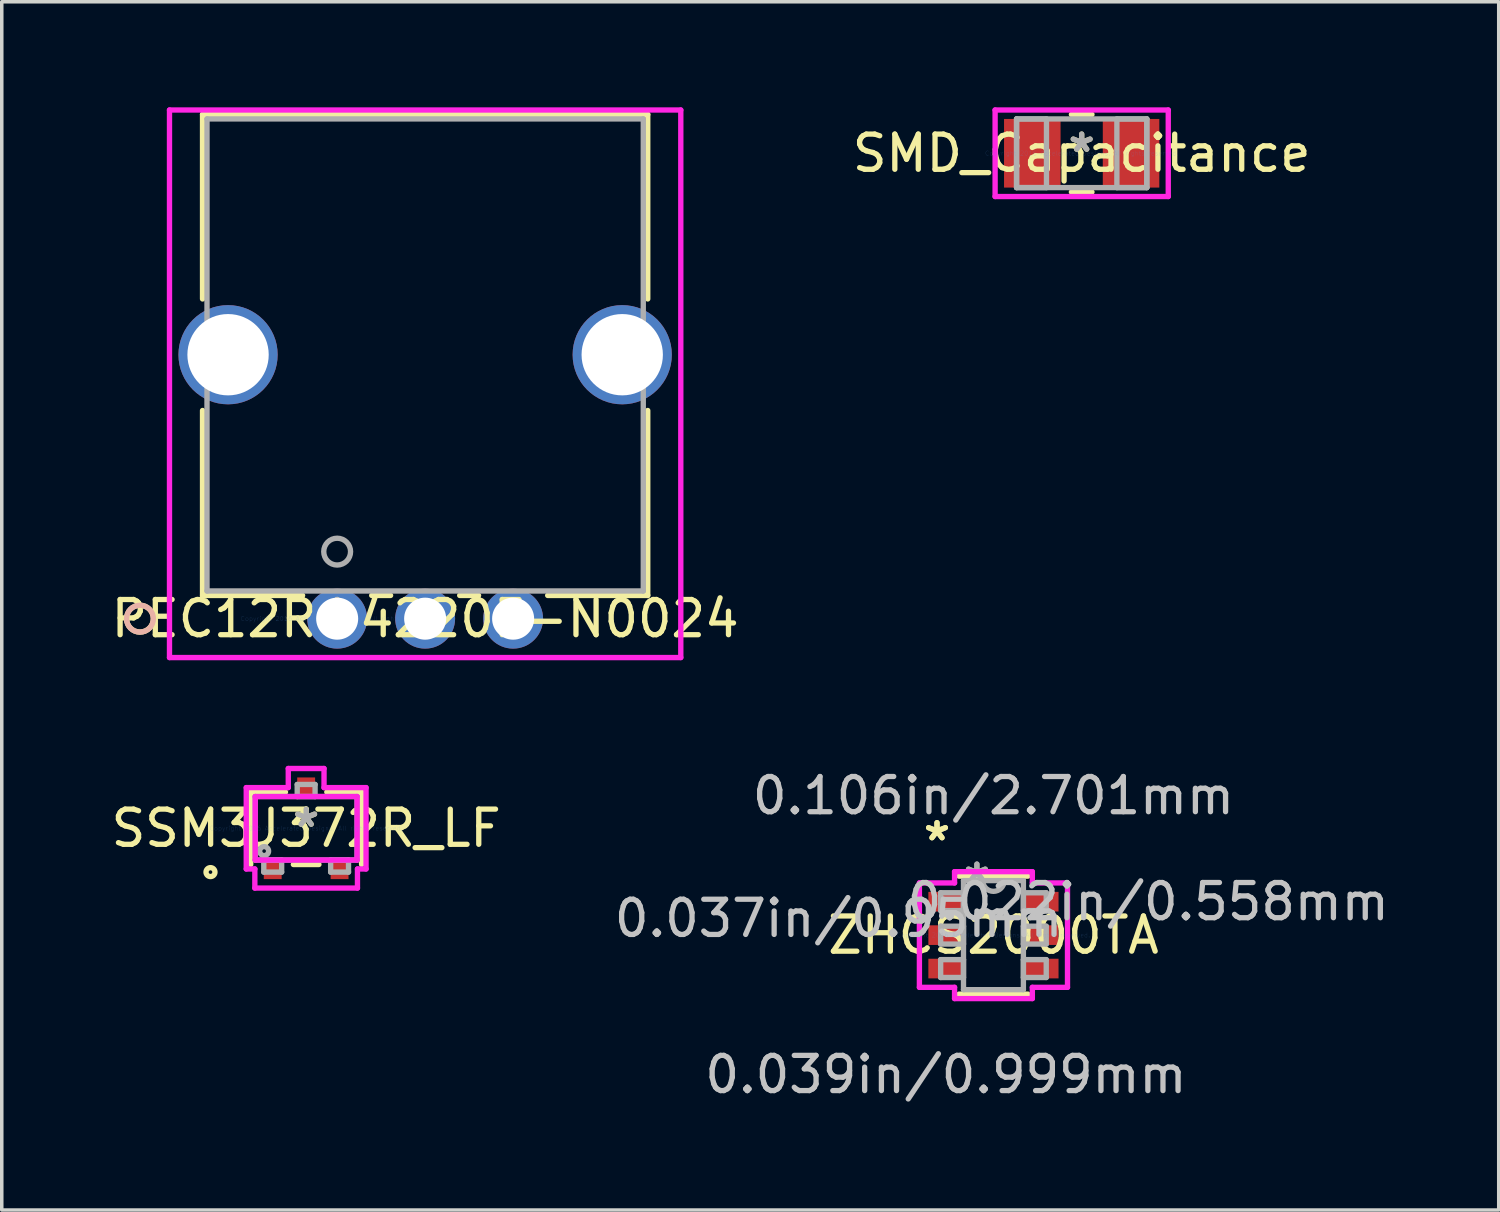
<source format=kicad_pcb>
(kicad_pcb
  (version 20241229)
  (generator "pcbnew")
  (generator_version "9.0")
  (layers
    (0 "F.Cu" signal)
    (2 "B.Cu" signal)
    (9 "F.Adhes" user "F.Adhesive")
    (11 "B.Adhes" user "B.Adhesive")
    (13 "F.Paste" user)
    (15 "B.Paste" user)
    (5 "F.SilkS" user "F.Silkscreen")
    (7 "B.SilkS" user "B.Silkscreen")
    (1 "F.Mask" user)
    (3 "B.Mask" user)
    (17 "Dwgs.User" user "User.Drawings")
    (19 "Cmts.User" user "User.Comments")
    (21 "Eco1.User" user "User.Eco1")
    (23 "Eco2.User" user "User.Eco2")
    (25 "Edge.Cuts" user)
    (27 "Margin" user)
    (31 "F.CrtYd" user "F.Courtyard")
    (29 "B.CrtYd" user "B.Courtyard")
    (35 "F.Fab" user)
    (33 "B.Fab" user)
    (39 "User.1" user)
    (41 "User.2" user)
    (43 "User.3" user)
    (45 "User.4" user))
  (footprint "SSM3J372R_LF"
    (layer "F.Cu")
    (at 5.649 20.485)
    (property "Reference" "SSM3J372R_LF" (at 0 0 0) (layer "F.SilkS") (effects (font (size 1 1) (thickness 0.15))))
    (attr through_hole)
    (fp_line (start -1.575 -1.029) (end -1.575 1.029) (stroke (width 0.152) (type solid)) (layer "F.SilkS"))
    (fp_line (start -0.587 -1.029) (end -1.575 -1.029) (stroke (width 0.152) (type solid)) (layer "F.SilkS"))
    (fp_line (start -0.363 1.029) (end 0.363 1.029) (stroke (width 0.152) (type solid)) (layer "F.SilkS"))
    (fp_line (start 1.575 -1.029) (end 0.587 -1.029) (stroke (width 0.152) (type solid)) (layer "F.SilkS"))
    (fp_line (start 1.575 1.029) (end 1.575 -1.029) (stroke (width 0.152) (type solid)) (layer "F.SilkS"))
    (fp_circle (center -2.718 1.245) (end -2.591 1.245) (stroke (width 0.152) (type solid)) (fill no) (layer "F.SilkS"))
    (fp_line (start -1.702 -1.156) (end -0.508 -1.156) (stroke (width 0.152) (type solid)) (layer "F.CrtYd"))
    (fp_line (start -1.702 1.156) (end -1.702 -1.156) (stroke (width 0.152) (type solid)) (layer "F.CrtYd"))
    (fp_line (start -1.458 1.156) (end -1.702 1.156) (stroke (width 0.152) (type solid)) (layer "F.CrtYd"))
    (fp_line (start -1.458 1.699) (end -1.458 1.156) (stroke (width 0.152) (type solid)) (layer "F.CrtYd"))
    (fp_line (start -1.448 -0.902) (end 1.448 -0.902) (stroke (width 0.152) (type solid)) (layer "F.CrtYd"))
    (fp_line (start -1.448 0.902) (end -1.448 -0.902) (stroke (width 0.152) (type solid)) (layer "F.CrtYd"))
    (fp_line (start -0.508 -1.699) (end 0.508 -1.699) (stroke (width 0.152) (type solid)) (layer "F.CrtYd"))
    (fp_line (start -0.508 -1.156) (end -0.508 -1.699) (stroke (width 0.152) (type solid)) (layer "F.CrtYd"))
    (fp_line (start 0.508 -1.699) (end 0.508 -1.156) (stroke (width 0.152) (type solid)) (layer "F.CrtYd"))
    (fp_line (start 0.508 -1.156) (end 1.702 -1.156) (stroke (width 0.152) (type solid)) (layer "F.CrtYd"))
    (fp_line (start 1.448 -0.902) (end 1.448 0.902) (stroke (width 0.152) (type solid)) (layer "F.CrtYd"))
    (fp_line (start 1.448 0.902) (end -1.448 0.902) (stroke (width 0.152) (type solid)) (layer "F.CrtYd"))
    (fp_line (start 1.458 1.156) (end 1.458 1.699) (stroke (width 0.152) (type solid)) (layer "F.CrtYd"))
    (fp_line (start 1.458 1.699) (end -1.458 1.699) (stroke (width 0.152) (type solid)) (layer "F.CrtYd"))
    (fp_line (start 1.702 -1.156) (end 1.702 1.156) (stroke (width 0.152) (type solid)) (layer "F.CrtYd"))
    (fp_line (start 1.702 1.156) (end 1.458 1.156) (stroke (width 0.152) (type solid)) (layer "F.CrtYd"))
    (fp_line (start -1.448 -0.902) (end -1.448 0.902) (stroke (width 0.152) (type solid)) (layer "F.Fab"))
    (fp_line (start -1.448 0.902) (end 1.448 0.902) (stroke (width 0.152) (type solid)) (layer "F.Fab"))
    (fp_line (start -1.204 0.902) (end -1.204 1.245) (stroke (width 0.152) (type solid)) (layer "F.Fab"))
    (fp_line (start -1.204 1.245) (end -0.696 1.245) (stroke (width 0.152) (type solid)) (layer "F.Fab"))
    (fp_line (start -0.696 0.902) (end -1.204 0.902) (stroke (width 0.152) (type solid)) (layer "F.Fab"))
    (fp_line (start -0.696 1.245) (end -0.696 0.902) (stroke (width 0.152) (type solid)) (layer "F.Fab"))
    (fp_line (start -0.254 -1.245) (end -0.254 -0.902) (stroke (width 0.152) (type solid)) (layer "F.Fab"))
    (fp_line (start -0.254 -0.902) (end 0.254 -0.902) (stroke (width 0.152) (type solid)) (layer "F.Fab"))
    (fp_line (start 0.254 -1.245) (end -0.254 -1.245) (stroke (width 0.152) (type solid)) (layer "F.Fab"))
    (fp_line (start 0.254 -0.902) (end 0.254 -1.245) (stroke (width 0.152) (type solid)) (layer "F.Fab"))
    (fp_line (start 0.696 0.902) (end 0.696 1.245) (stroke (width 0.152) (type solid)) (layer "F.Fab"))
    (fp_line (start 0.696 1.245) (end 1.204 1.245) (stroke (width 0.152) (type solid)) (layer "F.Fab"))
    (fp_line (start 1.204 0.902) (end 0.696 0.902) (stroke (width 0.152) (type solid)) (layer "F.Fab"))
    (fp_line (start 1.204 1.245) (end 1.204 0.902) (stroke (width 0.152) (type solid)) (layer "F.Fab"))
    (fp_line (start 1.448 -0.902) (end -1.448 -0.902) (stroke (width 0.152) (type solid)) (layer "F.Fab"))
    (fp_line (start 1.448 0.902) (end 1.448 -0.902) (stroke (width 0.152) (type solid)) (layer "F.Fab"))
    (fp_circle (center -1.194 0.648) (end -1.067 0.648) (stroke (width 0.152) (type solid)) (fill no) (layer "F.Fab"))
    (fp_text user "*" (at 0 0 0) (layer "F.SilkS") (effects (font (size 1 1) (thickness 0.15))))
    (fp_text user "Copyright 2016 Accelerated Designs. All rights reserved." (at 0 0 0) (layer "Cmts.User") (effects (font (size 0.127 0.127) (thickness 0.002))))
    (fp_text user "*" (at 0 0 0) (layer "F.Fab") (effects (font (size 1 1) (thickness 0.15))))
    (pad "1" smd rect (at -0.95 1.192) (size 0.508 0.505) (layers "F.Cu" "F.Mask" "F.Paste"))
    (pad "2" smd rect (at 0.95 1.192) (size 0.508 0.505) (layers "F.Cu" "F.Mask" "F.Paste"))
    (pad "3" smd rect (at 0 -1.192) (size 0.508 0.505) (layers "F.Cu" "F.Mask" "F.Paste")))
  (footprint "SMD_Capacitance"
    (layer "F.Cu")
    (at 27.685 1.305)
    (property "Reference" "SMD_Capacitance" (at 0 0 0) (layer "F.SilkS") (effects (font (size 1 1) (thickness 0.15))))
    (attr through_hole)
    (fp_line (start -0.292 1.102) (end 0.292 1.102) (stroke (width 0.152) (type solid)) (layer "F.SilkS"))
    (fp_line (start 0.292 -1.102) (end -0.292 -1.102) (stroke (width 0.152) (type solid)) (layer "F.SilkS"))
    (fp_line (start -2.46 -1.229) (end 2.46 -1.229) (stroke (width 0.152) (type solid)) (layer "F.CrtYd"))
    (fp_line (start -2.46 1.229) (end -2.46 -1.229) (stroke (width 0.152) (type solid)) (layer "F.CrtYd"))
    (fp_line (start 2.46 -1.229) (end 2.46 1.229) (stroke (width 0.152) (type solid)) (layer "F.CrtYd"))
    (fp_line (start 2.46 1.229) (end -2.46 1.229) (stroke (width 0.152) (type solid)) (layer "F.CrtYd"))
    (fp_line (start -1.85 -0.975) (end -1.85 0.975) (stroke (width 0.152) (type solid)) (layer "F.Fab"))
    (fp_line (start -1.85 -0.975) (end -1.85 0.975) (stroke (width 0.152) (type solid)) (layer "F.Fab"))
    (fp_line (start -1.85 0.975) (end -1 0.975) (stroke (width 0.152) (type solid)) (layer "F.Fab"))
    (fp_line (start -1.85 0.975) (end 1.85 0.975) (stroke (width 0.152) (type solid)) (layer "F.Fab"))
    (fp_line (start -1 -0.975) (end -1.85 -0.975) (stroke (width 0.152) (type solid)) (layer "F.Fab"))
    (fp_line (start -1 0.975) (end -1 -0.975) (stroke (width 0.152) (type solid)) (layer "F.Fab"))
    (fp_line (start 1 -0.975) (end 1 0.975) (stroke (width 0.152) (type solid)) (layer "F.Fab"))
    (fp_line (start 1 0.975) (end 1.85 0.975) (stroke (width 0.152) (type solid)) (layer "F.Fab"))
    (fp_line (start 1.85 -0.975) (end -1.85 -0.975) (stroke (width 0.152) (type solid)) (layer "F.Fab"))
    (fp_line (start 1.85 -0.975) (end 1 -0.975) (stroke (width 0.152) (type solid)) (layer "F.Fab"))
    (fp_line (start 1.85 0.975) (end 1.85 -0.975) (stroke (width 0.152) (type solid)) (layer "F.Fab"))
    (fp_line (start 1.85 0.975) (end 1.85 -0.975) (stroke (width 0.152) (type solid)) (layer "F.Fab"))
    (fp_text user "*" (at 0 0 0) (layer "F.SilkS") (effects (font (size 1 1) (thickness 0.15))))
    (fp_text user "Copyright 2016 Accelerated Designs. All rights reserved." (at 0 0 0) (layer "Cmts.User") (effects (font (size 0.127 0.127) (thickness 0.002))))
    (fp_text user "*" (at 0 0 0) (layer "F.Fab") (effects (font (size 1 1) (thickness 0.15))))
    (pad "1" smd rect (at -1.403 0) (size 1.606 1.95) (layers "F.Cu" "F.Mask" "F.Paste"))
    (pad "2" smd rect (at 1.403 0) (size 1.606 1.95) (layers "F.Cu" "F.Mask" "F.Paste")))
  (footprint "ZHCS2000TA"
    (layer "F.Cu")
    (at 25.178 23.521)
    (property "Reference" "ZHCS2000TA" (at 0 0 0) (layer "F.SilkS") (effects (font (size 1 1) (thickness 0.15))))
    (attr through_hole)
    (fp_line (start -0.978 1.676) (end 0.978 1.676) (stroke (width 0.152) (type solid)) (layer "F.SilkS"))
    (fp_line (start 0.978 -1.676) (end -0.978 -1.676) (stroke (width 0.152) (type solid)) (layer "F.SilkS"))
    (fp_line (start -2.104 -1.483) (end -1.105 -1.483) (stroke (width 0.152) (type solid)) (layer "F.CrtYd"))
    (fp_line (start -2.104 1.483) (end -2.104 -1.483) (stroke (width 0.152) (type solid)) (layer "F.CrtYd"))
    (fp_line (start -1.105 -1.803) (end 1.105 -1.803) (stroke (width 0.152) (type solid)) (layer "F.CrtYd"))
    (fp_line (start -1.105 -1.483) (end -1.105 -1.803) (stroke (width 0.152) (type solid)) (layer "F.CrtYd"))
    (fp_line (start -1.105 1.483) (end -2.104 1.483) (stroke (width 0.152) (type solid)) (layer "F.CrtYd"))
    (fp_line (start -1.105 1.803) (end -1.105 1.483) (stroke (width 0.152) (type solid)) (layer "F.CrtYd"))
    (fp_line (start 1.105 -1.803) (end 1.105 -1.483) (stroke (width 0.152) (type solid)) (layer "F.CrtYd"))
    (fp_line (start 1.105 -1.483) (end 2.104 -1.483) (stroke (width 0.152) (type solid)) (layer "F.CrtYd"))
    (fp_line (start 1.105 1.483) (end 1.105 1.803) (stroke (width 0.152) (type solid)) (layer "F.CrtYd"))
    (fp_line (start 1.105 1.803) (end -1.105 1.803) (stroke (width 0.152) (type solid)) (layer "F.CrtYd"))
    (fp_line (start 2.104 -1.483) (end 2.104 1.483) (stroke (width 0.152) (type solid)) (layer "F.CrtYd"))
    (fp_line (start 2.104 1.483) (end 1.105 1.483) (stroke (width 0.152) (type solid)) (layer "F.CrtYd"))
    (fp_line (start -1.5 -1.204) (end -1.5 -0.696) (stroke (width 0.152) (type solid)) (layer "F.Fab"))
    (fp_line (start -1.5 -0.696) (end -0.851 -0.696) (stroke (width 0.152) (type solid)) (layer "F.Fab"))
    (fp_line (start -1.5 -0.254) (end -1.5 0.254) (stroke (width 0.152) (type solid)) (layer "F.Fab"))
    (fp_line (start -1.5 0.254) (end -0.851 0.254) (stroke (width 0.152) (type solid)) (layer "F.Fab"))
    (fp_line (start -1.5 0.696) (end -1.5 1.204) (stroke (width 0.152) (type solid)) (layer "F.Fab"))
    (fp_line (start -1.5 1.204) (end -0.851 1.204) (stroke (width 0.152) (type solid)) (layer "F.Fab"))
    (fp_line (start -0.851 -1.549) (end -0.851 1.549) (stroke (width 0.152) (type solid)) (layer "F.Fab"))
    (fp_line (start -0.851 -1.204) (end -1.5 -1.204) (stroke (width 0.152) (type solid)) (layer "F.Fab"))
    (fp_line (start -0.851 -0.696) (end -0.851 -1.204) (stroke (width 0.152) (type solid)) (layer "F.Fab"))
    (fp_line (start -0.851 -0.254) (end -1.5 -0.254) (stroke (width 0.152) (type solid)) (layer "F.Fab"))
    (fp_line (start -0.851 0.254) (end -0.851 -0.254) (stroke (width 0.152) (type solid)) (layer "F.Fab"))
    (fp_line (start -0.851 0.696) (end -1.5 0.696) (stroke (width 0.152) (type solid)) (layer "F.Fab"))
    (fp_line (start -0.851 1.204) (end -0.851 0.696) (stroke (width 0.152) (type solid)) (layer "F.Fab"))
    (fp_line (start -0.851 1.549) (end 0.851 1.549) (stroke (width 0.152) (type solid)) (layer "F.Fab"))
    (fp_line (start 0.851 -1.549) (end -0.851 -1.549) (stroke (width 0.152) (type solid)) (layer "F.Fab"))
    (fp_line (start 0.851 -1.204) (end 0.851 -0.696) (stroke (width 0.152) (type solid)) (layer "F.Fab"))
    (fp_line (start 0.851 -0.696) (end 1.5 -0.696) (stroke (width 0.152) (type solid)) (layer "F.Fab"))
    (fp_line (start 0.851 -0.254) (end 0.851 0.254) (stroke (width 0.152) (type solid)) (layer "F.Fab"))
    (fp_line (start 0.851 0.254) (end 1.5 0.254) (stroke (width 0.152) (type solid)) (layer "F.Fab"))
    (fp_line (start 0.851 0.696) (end 0.851 1.204) (stroke (width 0.152) (type solid)) (layer "F.Fab"))
    (fp_line (start 0.851 1.204) (end 1.5 1.204) (stroke (width 0.152) (type solid)) (layer "F.Fab"))
    (fp_line (start 0.851 1.549) (end 0.851 -1.549) (stroke (width 0.152) (type solid)) (layer "F.Fab"))
    (fp_line (start 1.5 -1.204) (end 0.851 -1.204) (stroke (width 0.152) (type solid)) (layer "F.Fab"))
    (fp_line (start 1.5 -0.696) (end 1.5 -1.204) (stroke (width 0.152) (type solid)) (layer "F.Fab"))
    (fp_line (start 1.5 -0.254) (end 0.851 -0.254) (stroke (width 0.152) (type solid)) (layer "F.Fab"))
    (fp_line (start 1.5 0.254) (end 1.5 -0.254) (stroke (width 0.152) (type solid)) (layer "F.Fab"))
    (fp_line (start 1.5 0.696) (end 0.851 0.696) (stroke (width 0.152) (type solid)) (layer "F.Fab"))
    (fp_line (start 1.5 1.204) (end 1.5 0.696) (stroke (width 0.152) (type solid)) (layer "F.Fab"))
    (fp_arc (start 0.3048 -1.5494) (mid 0 -1.2446) (end -0.3048 -1.5494) (stroke (width 0.1524) (type solid)) (layer "F.Fab"))
    (fp_text user "*" (at -1.604 -2.651 0) (layer "F.SilkS") (effects (font (size 1 1) (thickness 0.15))))
    (fp_text user "*" (at -1.604 -2.651 0) (layer "F.SilkS") (effects (font (size 1 1) (thickness 0.15))))
    (fp_text user "0.037in/0.95mm" (at -4.398 -0.475 0) (layer "Dwgs.User") (effects (font (size 1 1) (thickness 0.15))))
    (fp_text user "0.106in/2.701mm" (at 0 -3.962 0) (layer "Dwgs.User") (effects (font (size 1 1) (thickness 0.15))))
    (fp_text user "0.039in/0.999mm" (at -1.35 3.962 0) (layer "Dwgs.User") (effects (font (size 1 1) (thickness 0.15))))
    (fp_text user "0.022in/0.558mm" (at 4.398 -0.95 0) (layer "Dwgs.User") (effects (font (size 1 1) (thickness 0.15))))
    (fp_text user "Copyright 2016 Accelerated Designs. All rights reserved." (at 0 0 0) (layer "Cmts.User") (effects (font (size 0.127 0.127) (thickness 0.002))))
    (fp_text user "*" (at -0.47 -1.473 0) (layer "F.Fab") (effects (font (size 1 1) (thickness 0.15))))
    (fp_text user "*" (at -0.47 -1.473 0) (layer "F.Fab") (effects (font (size 1 1) (thickness 0.15))))
    (pad "1" smd rect (at -1.35 -0.95) (size 0.999 0.558) (layers "F.Cu" "F.Mask" "F.Paste"))
    (pad "2" smd rect (at -1.35 0) (size 0.999 0.558) (layers "F.Cu" "F.Mask" "F.Paste"))
    (pad "3" smd rect (at -1.35 0.95) (size 0.999 0.558) (layers "F.Cu" "F.Mask" "F.Paste"))
    (pad "4" smd rect (at 1.35 0.95) (size 0.999 0.558) (layers "F.Cu" "F.Mask" "F.Paste"))
    (pad "5" smd rect (at 1.35 0) (size 0.999 0.558) (layers "F.Cu" "F.Mask" "F.Paste"))
    (pad "6" smd rect (at 1.35 -0.95) (size 0.999 0.558) (layers "F.Cu" "F.Mask" "F.Paste")))
  (footprint "PEC12R-4220F-N0024"
    (layer "F.Cu")
    (at 6.53 14.529)
    (property "Reference" "PEC12R-4220F-N0024" (at 2.5 0 0) (layer "F.SilkS") (effects (font (size 1 1) (thickness 0.15))))
    (attr through_hole)
    (fp_line (start -3.825 -14.326) (end -3.825 -9.085) (stroke (width 0.152) (type solid)) (layer "F.SilkS"))
    (fp_line (start -3.825 -5.915) (end -3.825 -0.66) (stroke (width 0.152) (type solid)) (layer "F.SilkS"))
    (fp_line (start -3.825 -0.66) (end -0.982 -0.66) (stroke (width 0.152) (type solid)) (layer "F.SilkS"))
    (fp_line (start 0.982 -0.66) (end 1.518 -0.66) (stroke (width 0.152) (type solid)) (layer "F.SilkS"))
    (fp_line (start 3.482 -0.66) (end 4.018 -0.66) (stroke (width 0.152) (type solid)) (layer "F.SilkS"))
    (fp_line (start 5.982 -0.66) (end 8.825 -0.66) (stroke (width 0.152) (type solid)) (layer "F.SilkS"))
    (fp_line (start 8.825 -14.326) (end -3.825 -14.326) (stroke (width 0.152) (type solid)) (layer "F.SilkS"))
    (fp_line (start 8.825 -9.085) (end 8.825 -14.326) (stroke (width 0.152) (type solid)) (layer "F.SilkS"))
    (fp_line (start 8.825 -0.66) (end 8.825 -5.915) (stroke (width 0.152) (type solid)) (layer "F.SilkS"))
    (fp_circle (center -5.603 0) (end -5.222 0) (stroke (width 0.152) (type solid)) (fill no) (layer "F.SilkS"))
    (fp_circle (center -5.603 0) (end -5.222 0) (stroke (width 0.152) (type solid)) (fill no) (layer "B.SilkS"))
    (fp_line (start -4.764 -14.453) (end -4.764 1.105) (stroke (width 0.152) (type solid)) (layer "F.CrtYd"))
    (fp_line (start -4.764 1.105) (end 9.764 1.105) (stroke (width 0.152) (type solid)) (layer "F.CrtYd"))
    (fp_line (start 9.764 -14.453) (end -4.764 -14.453) (stroke (width 0.152) (type solid)) (layer "F.CrtYd"))
    (fp_line (start 9.764 1.105) (end 9.764 -14.453) (stroke (width 0.152) (type solid)) (layer "F.CrtYd"))
    (fp_line (start -3.698 -14.199) (end -3.698 -0.787) (stroke (width 0.152) (type solid)) (layer "F.Fab"))
    (fp_line (start -3.698 -0.787) (end 8.698 -0.787) (stroke (width 0.152) (type solid)) (layer "F.Fab"))
    (fp_line (start 8.698 -14.199) (end -3.698 -14.199) (stroke (width 0.152) (type solid)) (layer "F.Fab"))
    (fp_line (start 8.698 -0.787) (end 8.698 -14.199) (stroke (width 0.152) (type solid)) (layer "F.Fab"))
    (fp_circle (center 0 -1.905) (end 0.381 -1.905) (stroke (width 0.152) (type solid)) (fill no) (layer "F.Fab"))
    (fp_text user "*" (at 0 0 0) (layer "F.SilkS") (effects (font (size 1 1) (thickness 0.15))))
    (fp_text user "Copyright 2016 Accelerated Designs. All rights reserved." (at 0 0 0) (layer "Cmts.User") (effects (font (size 0.127 0.127) (thickness 0.002))))
    (fp_text user "*" (at 0 0 0) (layer "F.Fab") (effects (font (size 1 1) (thickness 0.15))))
    (pad "4" thru_hole circle (at -3.1 -7.5 90) (size 2.819 2.819) (drill 2.311) (layers "*.Cu" "*.Mask"))
    (pad "5" thru_hole circle (at 8.1 -7.5 90) (size 2.819 2.819) (drill 2.311) (layers "*.Cu" "*.Mask"))
    (pad "A" thru_hole circle (at 0 0) (size 1.702 1.702) (drill 1.194) (layers "*.Cu" "*.Mask"))
    (pad "B" thru_hole circle (at 5 0) (size 1.702 1.702) (drill 1.194) (layers "*.Cu" "*.Mask"))
    (pad "C" thru_hole circle (at 2.5 0) (size 1.702 1.702) (drill 1.194) (layers "*.Cu" "*.Mask")))
  (gr_rect
    (start -3 -3)
    (end 39.535 31.331)
    (stroke (width 0.1) (type default))
    (fill no)
    (layer "Edge.Cuts")))
</source>
